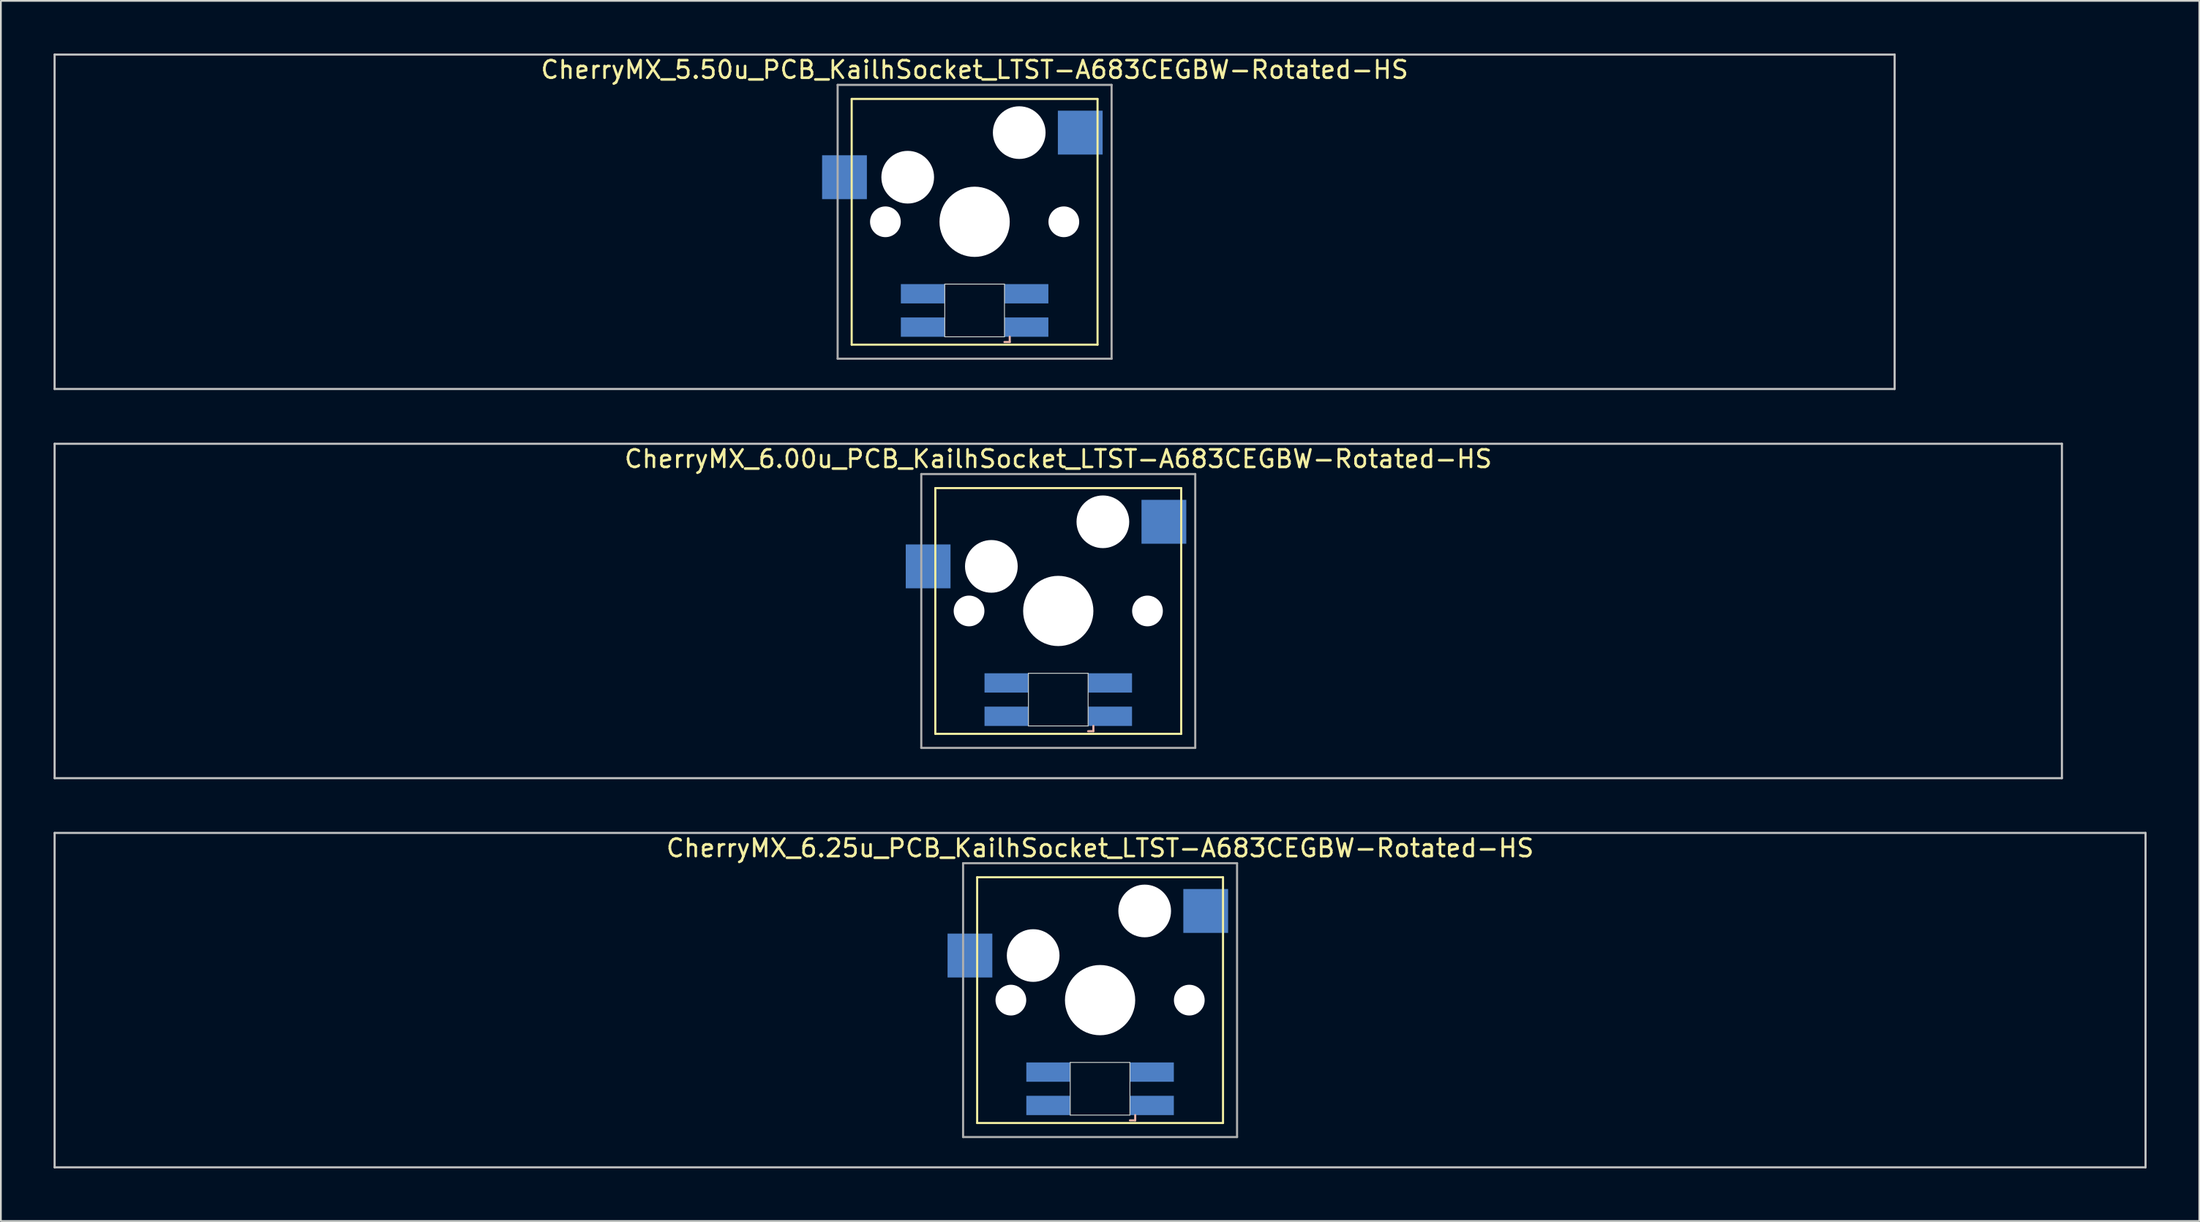
<source format=kicad_pcb>
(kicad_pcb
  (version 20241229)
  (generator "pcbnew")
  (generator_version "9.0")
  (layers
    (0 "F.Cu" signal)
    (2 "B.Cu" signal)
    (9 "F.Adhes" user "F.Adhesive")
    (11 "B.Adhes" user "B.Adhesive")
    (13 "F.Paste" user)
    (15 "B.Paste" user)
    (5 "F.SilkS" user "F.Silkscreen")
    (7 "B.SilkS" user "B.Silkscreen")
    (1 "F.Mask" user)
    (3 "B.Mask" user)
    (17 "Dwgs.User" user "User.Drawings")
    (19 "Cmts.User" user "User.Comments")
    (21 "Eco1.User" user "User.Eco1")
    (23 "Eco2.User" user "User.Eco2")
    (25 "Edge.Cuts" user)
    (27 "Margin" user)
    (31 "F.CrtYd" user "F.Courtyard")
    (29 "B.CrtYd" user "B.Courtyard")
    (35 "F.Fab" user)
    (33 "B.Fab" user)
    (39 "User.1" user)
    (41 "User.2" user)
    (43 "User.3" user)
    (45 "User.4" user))
  (footprint "CherryMX_6.00u_PCB_KailhSocket_LTST-A683CEGBW-Rotated-HS"
    (layer "F.Cu")
    (at 57.21 31.755)
    (property "Reference" "CherryMX_6.00u_PCB_KailhSocket_LTST-A683CEGBW-Rotated-HS" (at 0 -8.662 0) (layer "F.SilkS") (effects (font (size 1 1) (thickness 0.15))))
    (attr through_hole)
    (fp_line (start -7 -7) (end -7 7) (stroke (width 0.12) (type solid)) (layer "F.SilkS"))
    (fp_line (start -7 -7) (end 7 -7) (stroke (width 0.12) (type solid)) (layer "F.SilkS"))
    (fp_line (start 7 -7) (end 7 7) (stroke (width 0.12) (type solid)) (layer "F.SilkS"))
    (fp_line (start 7 7) (end -7 7) (stroke (width 0.12) (type solid)) (layer "F.SilkS"))
    (fp_line (start 1.7 6.85) (end 2 6.85) (stroke (width 0.12) (type solid)) (layer "B.SilkS"))
    (fp_line (start 2 6.85) (end 2 6.55) (stroke (width 0.12) (type solid)) (layer "B.SilkS"))
    (fp_line (start -57.15 -9.525) (end 57.15 -9.525) (stroke (width 0.12) (type solid)) (layer "Dwgs.User"))
    (fp_line (start -57.15 9.525) (end -57.15 -9.525) (stroke (width 0.12) (type solid)) (layer "Dwgs.User"))
    (fp_line (start 57.15 -9.525) (end 57.15 9.525) (stroke (width 0.12) (type solid)) (layer "Dwgs.User"))
    (fp_line (start 57.15 9.525) (end -57.15 9.525) (stroke (width 0.12) (type solid)) (layer "Dwgs.User"))
    (fp_line (start -1.7 3.55) (end 1.7 3.55) (stroke (width 0.05) (type solid)) (layer "Edge.Cuts"))
    (fp_line (start -1.7 6.55) (end -1.7 3.55) (stroke (width 0.05) (type solid)) (layer "Edge.Cuts"))
    (fp_line (start 1.7 3.55) (end 1.7 6.55) (stroke (width 0.05) (type solid)) (layer "Edge.Cuts"))
    (fp_line (start 1.7 6.55) (end -1.7 6.55) (stroke (width 0.05) (type solid)) (layer "Edge.Cuts"))
    (fp_line (start -7.8 -7.8) (end -7.8 7.8) (stroke (width 0.12) (type solid)) (layer "F.Fab"))
    (fp_line (start -7.8 -7.8) (end 7.8 -7.8) (stroke (width 0.12) (type solid)) (layer "F.Fab"))
    (fp_line (start -7.8 7.8) (end 7.8 7.8) (stroke (width 0.12) (type solid)) (layer "F.Fab"))
    (fp_line (start 7.8 -7.8) (end 7.8 7.8) (stroke (width 0.12) (type solid)) (layer "F.Fab"))
    (pad "" np_thru_hole circle (at -5.08 0) (size 1.75 1.75) (drill 1.75) (layers "*.Cu" "*.Mask"))
    (pad "" np_thru_hole circle (at -3.81 -2.54) (size 3 3) (drill 3) (layers "*.Cu" "*.Mask"))
    (pad "" np_thru_hole circle (at 0 0) (size 4 4) (drill 4) (layers "*.Cu" "*.Mask"))
    (pad "" np_thru_hole circle (at 2.54 -5.08) (size 3 3) (drill 3) (layers "*.Cu" "*.Mask"))
    (pad "" np_thru_hole circle (at 5.08 0) (size 1.75 1.75) (drill 1.75) (layers "*.Cu" "*.Mask"))
    (pad "1" smd rect (at -7.41 -2.54) (size 2.55 2.5) (layers "B.Cu" "B.Mask" "B.Paste"))
    (pad "2" smd rect (at 6.015 -5.08) (size 2.55 2.5) (layers "B.Cu" "B.Mask" "B.Paste"))
    (pad "3" smd rect (at 2.95 6) (size 2.5 1.1) (layers "B.Cu" "B.Mask" "B.Paste"))
    (pad "4" smd rect (at 2.95 4.1) (size 2.5 1.1) (layers "B.Cu" "B.Mask" "B.Paste"))
    (pad "5" smd rect (at -2.95 6) (size 2.5 1.1) (layers "B.Cu" "B.Mask" "B.Paste"))
    (pad "6" smd rect (at -2.95 4.1) (size 2.5 1.1) (layers "B.Cu" "B.Mask" "B.Paste")))
  (footprint "CherryMX_5.50u_PCB_KailhSocket_LTST-A683CEGBW-Rotated-HS"
    (layer "F.Cu")
    (at 52.447 9.585)
    (property "Reference" "CherryMX_5.50u_PCB_KailhSocket_LTST-A683CEGBW-Rotated-HS" (at 0 -8.662 0) (layer "F.SilkS") (effects (font (size 1 1) (thickness 0.15))))
    (attr through_hole)
    (fp_line (start -7 -7) (end -7 7) (stroke (width 0.12) (type solid)) (layer "F.SilkS"))
    (fp_line (start -7 -7) (end 7 -7) (stroke (width 0.12) (type solid)) (layer "F.SilkS"))
    (fp_line (start 7 -7) (end 7 7) (stroke (width 0.12) (type solid)) (layer "F.SilkS"))
    (fp_line (start 7 7) (end -7 7) (stroke (width 0.12) (type solid)) (layer "F.SilkS"))
    (fp_line (start 1.7 6.85) (end 2 6.85) (stroke (width 0.12) (type solid)) (layer "B.SilkS"))
    (fp_line (start 2 6.85) (end 2 6.55) (stroke (width 0.12) (type solid)) (layer "B.SilkS"))
    (fp_line (start -52.388 -9.525) (end 52.388 -9.525) (stroke (width 0.12) (type solid)) (layer "Dwgs.User"))
    (fp_line (start -52.388 9.525) (end -52.388 -9.525) (stroke (width 0.12) (type solid)) (layer "Dwgs.User"))
    (fp_line (start 52.388 -9.525) (end 52.388 9.525) (stroke (width 0.12) (type solid)) (layer "Dwgs.User"))
    (fp_line (start 52.388 9.525) (end -52.388 9.525) (stroke (width 0.12) (type solid)) (layer "Dwgs.User"))
    (fp_line (start -1.7 3.55) (end 1.7 3.55) (stroke (width 0.05) (type solid)) (layer "Edge.Cuts"))
    (fp_line (start -1.7 6.55) (end -1.7 3.55) (stroke (width 0.05) (type solid)) (layer "Edge.Cuts"))
    (fp_line (start 1.7 3.55) (end 1.7 6.55) (stroke (width 0.05) (type solid)) (layer "Edge.Cuts"))
    (fp_line (start 1.7 6.55) (end -1.7 6.55) (stroke (width 0.05) (type solid)) (layer "Edge.Cuts"))
    (fp_line (start -7.8 -7.8) (end -7.8 7.8) (stroke (width 0.12) (type solid)) (layer "F.Fab"))
    (fp_line (start -7.8 -7.8) (end 7.8 -7.8) (stroke (width 0.12) (type solid)) (layer "F.Fab"))
    (fp_line (start -7.8 7.8) (end 7.8 7.8) (stroke (width 0.12) (type solid)) (layer "F.Fab"))
    (fp_line (start 7.8 -7.8) (end 7.8 7.8) (stroke (width 0.12) (type solid)) (layer "F.Fab"))
    (pad "" np_thru_hole circle (at -5.08 0) (size 1.75 1.75) (drill 1.75) (layers "*.Cu" "*.Mask"))
    (pad "" np_thru_hole circle (at -3.81 -2.54) (size 3 3) (drill 3) (layers "*.Cu" "*.Mask"))
    (pad "" np_thru_hole circle (at 0 0) (size 4 4) (drill 4) (layers "*.Cu" "*.Mask"))
    (pad "" np_thru_hole circle (at 2.54 -5.08) (size 3 3) (drill 3) (layers "*.Cu" "*.Mask"))
    (pad "" np_thru_hole circle (at 5.08 0) (size 1.75 1.75) (drill 1.75) (layers "*.Cu" "*.Mask"))
    (pad "1" smd rect (at -7.41 -2.54) (size 2.55 2.5) (layers "B.Cu" "B.Mask" "B.Paste"))
    (pad "2" smd rect (at 6.015 -5.08) (size 2.55 2.5) (layers "B.Cu" "B.Mask" "B.Paste"))
    (pad "3" smd rect (at 2.95 6) (size 2.5 1.1) (layers "B.Cu" "B.Mask" "B.Paste"))
    (pad "4" smd rect (at 2.95 4.1) (size 2.5 1.1) (layers "B.Cu" "B.Mask" "B.Paste"))
    (pad "5" smd rect (at -2.95 6) (size 2.5 1.1) (layers "B.Cu" "B.Mask" "B.Paste"))
    (pad "6" smd rect (at -2.95 4.1) (size 2.5 1.1) (layers "B.Cu" "B.Mask" "B.Paste")))
  (footprint "CherryMX_6.25u_PCB_KailhSocket_LTST-A683CEGBW-Rotated-HS"
    (layer "F.Cu")
    (at 59.591 53.925)
    (property "Reference" "CherryMX_6.25u_PCB_KailhSocket_LTST-A683CEGBW-Rotated-HS" (at 0 -8.662 0) (layer "F.SilkS") (effects (font (size 1 1) (thickness 0.15))))
    (attr through_hole)
    (fp_line (start -7 -7) (end -7 7) (stroke (width 0.12) (type solid)) (layer "F.SilkS"))
    (fp_line (start -7 -7) (end 7 -7) (stroke (width 0.12) (type solid)) (layer "F.SilkS"))
    (fp_line (start 7 -7) (end 7 7) (stroke (width 0.12) (type solid)) (layer "F.SilkS"))
    (fp_line (start 7 7) (end -7 7) (stroke (width 0.12) (type solid)) (layer "F.SilkS"))
    (fp_line (start 1.7 6.85) (end 2 6.85) (stroke (width 0.12) (type solid)) (layer "B.SilkS"))
    (fp_line (start 2 6.85) (end 2 6.55) (stroke (width 0.12) (type solid)) (layer "B.SilkS"))
    (fp_line (start -59.531 -9.525) (end 59.531 -9.525) (stroke (width 0.12) (type solid)) (layer "Dwgs.User"))
    (fp_line (start -59.531 9.525) (end -59.531 -9.525) (stroke (width 0.12) (type solid)) (layer "Dwgs.User"))
    (fp_line (start 59.531 -9.525) (end 59.531 9.525) (stroke (width 0.12) (type solid)) (layer "Dwgs.User"))
    (fp_line (start 59.531 9.525) (end -59.531 9.525) (stroke (width 0.12) (type solid)) (layer "Dwgs.User"))
    (fp_line (start -1.7 3.55) (end 1.7 3.55) (stroke (width 0.05) (type solid)) (layer "Edge.Cuts"))
    (fp_line (start -1.7 6.55) (end -1.7 3.55) (stroke (width 0.05) (type solid)) (layer "Edge.Cuts"))
    (fp_line (start 1.7 3.55) (end 1.7 6.55) (stroke (width 0.05) (type solid)) (layer "Edge.Cuts"))
    (fp_line (start 1.7 6.55) (end -1.7 6.55) (stroke (width 0.05) (type solid)) (layer "Edge.Cuts"))
    (fp_line (start -7.8 -7.8) (end -7.8 7.8) (stroke (width 0.12) (type solid)) (layer "F.Fab"))
    (fp_line (start -7.8 -7.8) (end 7.8 -7.8) (stroke (width 0.12) (type solid)) (layer "F.Fab"))
    (fp_line (start -7.8 7.8) (end 7.8 7.8) (stroke (width 0.12) (type solid)) (layer "F.Fab"))
    (fp_line (start 7.8 -7.8) (end 7.8 7.8) (stroke (width 0.12) (type solid)) (layer "F.Fab"))
    (pad "" np_thru_hole circle (at -5.08 0) (size 1.75 1.75) (drill 1.75) (layers "*.Cu" "*.Mask"))
    (pad "" np_thru_hole circle (at -3.81 -2.54) (size 3 3) (drill 3) (layers "*.Cu" "*.Mask"))
    (pad "" np_thru_hole circle (at 0 0) (size 4 4) (drill 4) (layers "*.Cu" "*.Mask"))
    (pad "" np_thru_hole circle (at 2.54 -5.08) (size 3 3) (drill 3) (layers "*.Cu" "*.Mask"))
    (pad "" np_thru_hole circle (at 5.08 0) (size 1.75 1.75) (drill 1.75) (layers "*.Cu" "*.Mask"))
    (pad "1" smd rect (at -7.41 -2.54) (size 2.55 2.5) (layers "B.Cu" "B.Mask" "B.Paste"))
    (pad "2" smd rect (at 6.015 -5.08) (size 2.55 2.5) (layers "B.Cu" "B.Mask" "B.Paste"))
    (pad "3" smd rect (at 2.95 6) (size 2.5 1.1) (layers "B.Cu" "B.Mask" "B.Paste"))
    (pad "4" smd rect (at 2.95 4.1) (size 2.5 1.1) (layers "B.Cu" "B.Mask" "B.Paste"))
    (pad "5" smd rect (at -2.95 6) (size 2.5 1.1) (layers "B.Cu" "B.Mask" "B.Paste"))
    (pad "6" smd rect (at -2.95 4.1) (size 2.5 1.1) (layers "B.Cu" "B.Mask" "B.Paste")))
  (gr_rect
    (start -3 -3)
    (end 122.183 66.51)
    (stroke (width 0.1) (type default))
    (fill no)
    (layer "Edge.Cuts")))
</source>
